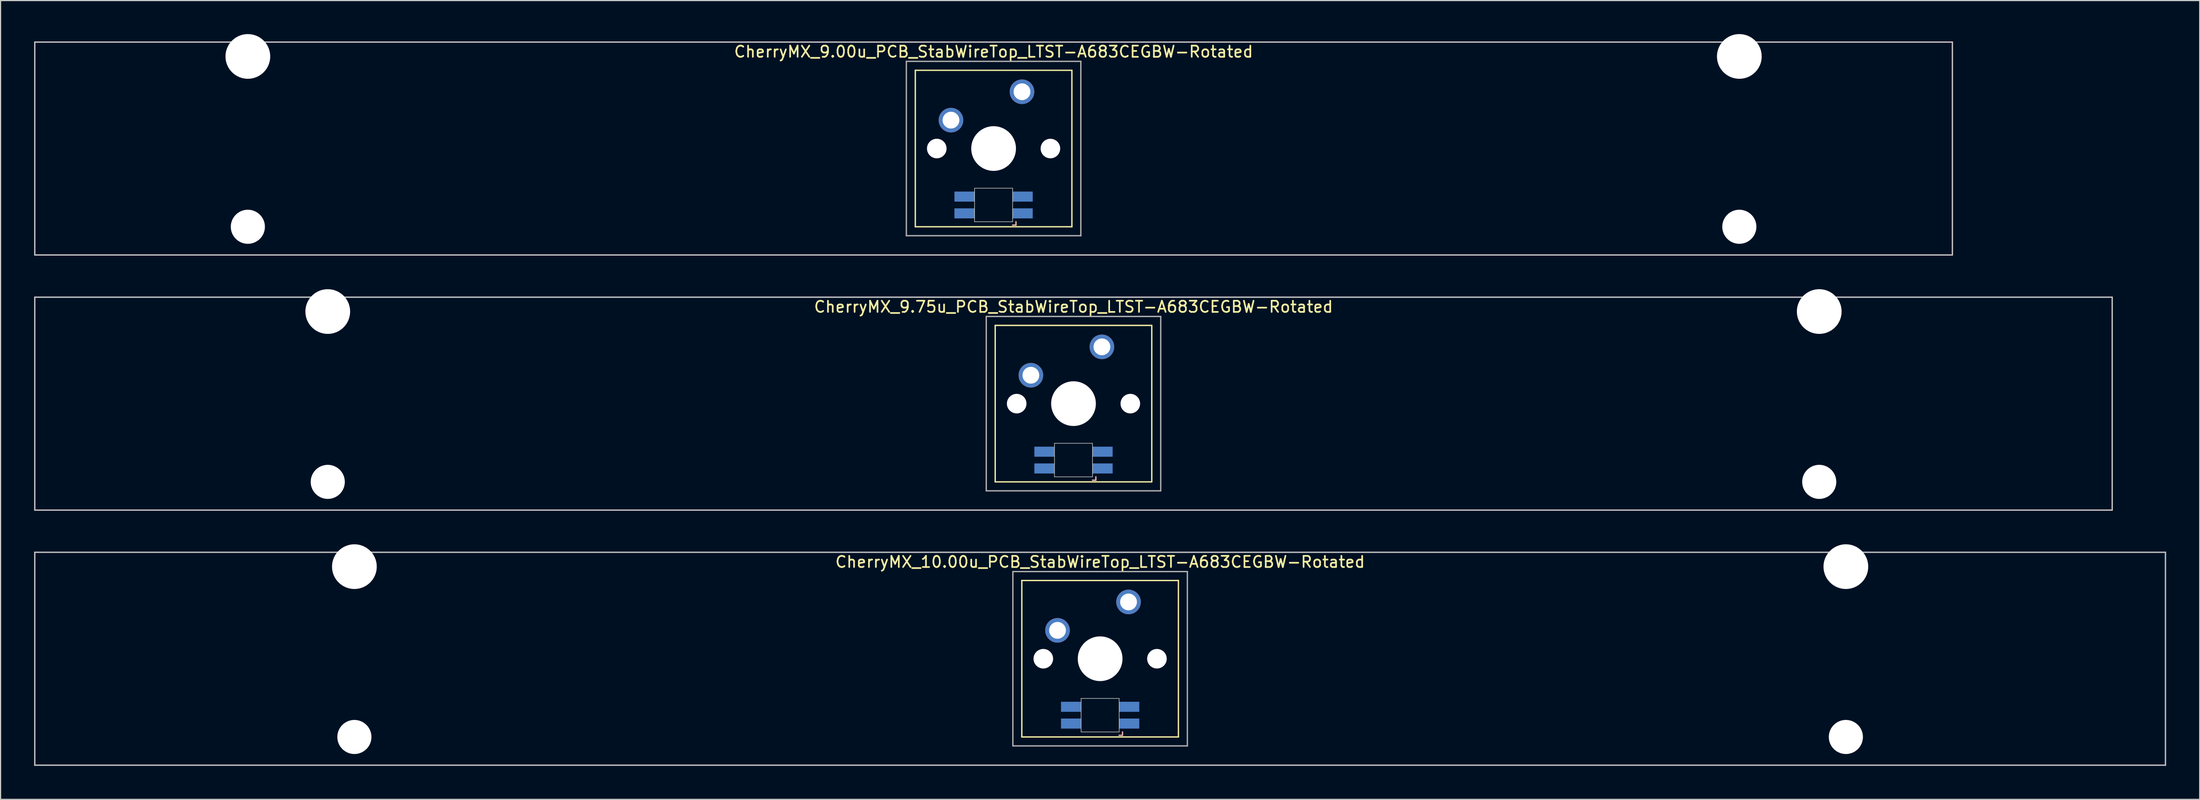
<source format=kicad_pcb>
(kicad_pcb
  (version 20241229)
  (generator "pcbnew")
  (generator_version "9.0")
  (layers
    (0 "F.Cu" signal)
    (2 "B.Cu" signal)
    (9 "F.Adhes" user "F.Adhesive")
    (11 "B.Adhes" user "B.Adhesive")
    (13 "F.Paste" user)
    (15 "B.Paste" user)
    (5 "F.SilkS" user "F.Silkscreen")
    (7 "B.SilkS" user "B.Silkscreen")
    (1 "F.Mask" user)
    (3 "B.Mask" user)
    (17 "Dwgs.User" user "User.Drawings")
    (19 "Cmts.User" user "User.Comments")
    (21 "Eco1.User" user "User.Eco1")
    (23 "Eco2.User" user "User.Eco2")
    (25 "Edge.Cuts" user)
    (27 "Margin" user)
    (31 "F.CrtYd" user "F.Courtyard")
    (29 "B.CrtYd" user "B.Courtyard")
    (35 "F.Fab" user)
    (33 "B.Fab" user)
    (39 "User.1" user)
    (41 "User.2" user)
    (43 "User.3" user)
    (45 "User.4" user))
  (footprint "CherryMX_9.75u_PCB_StabWireTop_LTST-A683CEGBW-Rotated"
    (layer "F.Cu")
    (at 92.929 33.065)
    (property "Reference" "CherryMX_9.75u_PCB_StabWireTop_LTST-A683CEGBW-Rotated" (at 0 -8.662 0) (layer "F.SilkS") (effects (font (size 1 1) (thickness 0.15))))
    (attr through_hole)
    (fp_line (start -7 -7) (end -7 7) (stroke (width 0.12) (type solid)) (layer "F.SilkS"))
    (fp_line (start -7 -7) (end 7 -7) (stroke (width 0.12) (type solid)) (layer "F.SilkS"))
    (fp_line (start 7 -7) (end 7 7) (stroke (width 0.12) (type solid)) (layer "F.SilkS"))
    (fp_line (start 7 7) (end -7 7) (stroke (width 0.12) (type solid)) (layer "F.SilkS"))
    (fp_line (start 1.7 6.85) (end 2 6.85) (stroke (width 0.12) (type solid)) (layer "B.SilkS"))
    (fp_line (start 2 6.85) (end 2 6.55) (stroke (width 0.12) (type solid)) (layer "B.SilkS"))
    (fp_line (start -92.869 -9.525) (end 92.869 -9.525) (stroke (width 0.12) (type solid)) (layer "Dwgs.User"))
    (fp_line (start -92.869 9.525) (end -92.869 -9.525) (stroke (width 0.12) (type solid)) (layer "Dwgs.User"))
    (fp_line (start 92.869 -9.525) (end 92.869 9.525) (stroke (width 0.12) (type solid)) (layer "Dwgs.User"))
    (fp_line (start 92.869 9.525) (end -92.869 9.525) (stroke (width 0.12) (type solid)) (layer "Dwgs.User"))
    (fp_line (start -1.7 3.55) (end 1.7 3.55) (stroke (width 0.05) (type solid)) (layer "Edge.Cuts"))
    (fp_line (start -1.7 6.55) (end -1.7 3.55) (stroke (width 0.05) (type solid)) (layer "Edge.Cuts"))
    (fp_line (start 1.7 3.55) (end 1.7 6.55) (stroke (width 0.05) (type solid)) (layer "Edge.Cuts"))
    (fp_line (start 1.7 6.55) (end -1.7 6.55) (stroke (width 0.05) (type solid)) (layer "Edge.Cuts"))
    (fp_line (start -7.8 -7.8) (end -7.8 7.8) (stroke (width 0.12) (type solid)) (layer "F.Fab"))
    (fp_line (start -7.8 -7.8) (end 7.8 -7.8) (stroke (width 0.12) (type solid)) (layer "F.Fab"))
    (fp_line (start -7.8 7.8) (end 7.8 7.8) (stroke (width 0.12) (type solid)) (layer "F.Fab"))
    (fp_line (start 7.8 -7.8) (end 7.8 7.8) (stroke (width 0.12) (type solid)) (layer "F.Fab"))
    (pad "" np_thru_hole circle (at -66.675 -8.24) (size 4 4) (drill 4) (layers "*.Cu" "*.Mask"))
    (pad "" np_thru_hole circle (at -66.675 7) (size 3.05 3.05) (drill 3.05) (layers "*.Cu" "*.Mask"))
    (pad "" np_thru_hole circle (at -5.08 0) (size 1.75 1.75) (drill 1.75) (layers "*.Cu" "*.Mask"))
    (pad "" np_thru_hole circle (at 0 0) (size 4 4) (drill 4) (layers "*.Cu" "*.Mask"))
    (pad "" np_thru_hole circle (at 5.08 0) (size 1.75 1.75) (drill 1.75) (layers "*.Cu" "*.Mask"))
    (pad "" np_thru_hole circle (at 66.675 -8.24) (size 4 4) (drill 4) (layers "*.Cu" "*.Mask"))
    (pad "" np_thru_hole circle (at 66.675 7) (size 3.05 3.05) (drill 3.05) (layers "*.Cu" "*.Mask"))
    (pad "1" thru_hole circle (at -3.81 -2.54) (size 2.2 2.2) (drill 1.5) (layers "*.Cu" "*.Mask"))
    (pad "2" thru_hole circle (at 2.54 -5.08) (size 2.2 2.2) (drill 1.5) (layers "*.Cu" "*.Mask"))
    (pad "3" smd rect (at 2.6 5.8) (size 1.8 0.9) (layers "B.Cu" "B.Mask" "B.Paste"))
    (pad "4" smd rect (at 2.6 4.3) (size 1.8 0.9) (layers "B.Cu" "B.Mask" "B.Paste"))
    (pad "5" smd rect (at -2.6 5.8) (size 1.8 0.9) (layers "B.Cu" "B.Mask" "B.Paste"))
    (pad "6" smd rect (at -2.6 4.3) (size 1.8 0.9) (layers "B.Cu" "B.Mask" "B.Paste")))
  (footprint "CherryMX_9.00u_PCB_StabWireTop_LTST-A683CEGBW-Rotated"
    (layer "F.Cu")
    (at 85.785 10.24)
    (property "Reference" "CherryMX_9.00u_PCB_StabWireTop_LTST-A683CEGBW-Rotated" (at 0 -8.662 0) (layer "F.SilkS") (effects (font (size 1 1) (thickness 0.15))))
    (attr through_hole)
    (fp_line (start -7 -7) (end -7 7) (stroke (width 0.12) (type solid)) (layer "F.SilkS"))
    (fp_line (start -7 -7) (end 7 -7) (stroke (width 0.12) (type solid)) (layer "F.SilkS"))
    (fp_line (start 7 -7) (end 7 7) (stroke (width 0.12) (type solid)) (layer "F.SilkS"))
    (fp_line (start 7 7) (end -7 7) (stroke (width 0.12) (type solid)) (layer "F.SilkS"))
    (fp_line (start 1.7 6.85) (end 2 6.85) (stroke (width 0.12) (type solid)) (layer "B.SilkS"))
    (fp_line (start 2 6.85) (end 2 6.55) (stroke (width 0.12) (type solid)) (layer "B.SilkS"))
    (fp_line (start -85.725 -9.525) (end 85.725 -9.525) (stroke (width 0.12) (type solid)) (layer "Dwgs.User"))
    (fp_line (start -85.725 9.525) (end -85.725 -9.525) (stroke (width 0.12) (type solid)) (layer "Dwgs.User"))
    (fp_line (start 85.725 -9.525) (end 85.725 9.525) (stroke (width 0.12) (type solid)) (layer "Dwgs.User"))
    (fp_line (start 85.725 9.525) (end -85.725 9.525) (stroke (width 0.12) (type solid)) (layer "Dwgs.User"))
    (fp_line (start -1.7 3.55) (end 1.7 3.55) (stroke (width 0.05) (type solid)) (layer "Edge.Cuts"))
    (fp_line (start -1.7 6.55) (end -1.7 3.55) (stroke (width 0.05) (type solid)) (layer "Edge.Cuts"))
    (fp_line (start 1.7 3.55) (end 1.7 6.55) (stroke (width 0.05) (type solid)) (layer "Edge.Cuts"))
    (fp_line (start 1.7 6.55) (end -1.7 6.55) (stroke (width 0.05) (type solid)) (layer "Edge.Cuts"))
    (fp_line (start -7.8 -7.8) (end -7.8 7.8) (stroke (width 0.12) (type solid)) (layer "F.Fab"))
    (fp_line (start -7.8 -7.8) (end 7.8 -7.8) (stroke (width 0.12) (type solid)) (layer "F.Fab"))
    (fp_line (start -7.8 7.8) (end 7.8 7.8) (stroke (width 0.12) (type solid)) (layer "F.Fab"))
    (fp_line (start 7.8 -7.8) (end 7.8 7.8) (stroke (width 0.12) (type solid)) (layer "F.Fab"))
    (pad "" np_thru_hole circle (at -66.675 -8.24) (size 4 4) (drill 4) (layers "*.Cu" "*.Mask"))
    (pad "" np_thru_hole circle (at -66.675 7) (size 3.05 3.05) (drill 3.05) (layers "*.Cu" "*.Mask"))
    (pad "" np_thru_hole circle (at -5.08 0) (size 1.75 1.75) (drill 1.75) (layers "*.Cu" "*.Mask"))
    (pad "" np_thru_hole circle (at 0 0) (size 4 4) (drill 4) (layers "*.Cu" "*.Mask"))
    (pad "" np_thru_hole circle (at 5.08 0) (size 1.75 1.75) (drill 1.75) (layers "*.Cu" "*.Mask"))
    (pad "" np_thru_hole circle (at 66.675 -8.24) (size 4 4) (drill 4) (layers "*.Cu" "*.Mask"))
    (pad "" np_thru_hole circle (at 66.675 7) (size 3.05 3.05) (drill 3.05) (layers "*.Cu" "*.Mask"))
    (pad "1" thru_hole circle (at -3.81 -2.54) (size 2.2 2.2) (drill 1.5) (layers "*.Cu" "*.Mask"))
    (pad "2" thru_hole circle (at 2.54 -5.08) (size 2.2 2.2) (drill 1.5) (layers "*.Cu" "*.Mask"))
    (pad "3" smd rect (at 2.6 5.8) (size 1.8 0.9) (layers "B.Cu" "B.Mask" "B.Paste"))
    (pad "4" smd rect (at 2.6 4.3) (size 1.8 0.9) (layers "B.Cu" "B.Mask" "B.Paste"))
    (pad "5" smd rect (at -2.6 5.8) (size 1.8 0.9) (layers "B.Cu" "B.Mask" "B.Paste"))
    (pad "6" smd rect (at -2.6 4.3) (size 1.8 0.9) (layers "B.Cu" "B.Mask" "B.Paste")))
  (footprint "CherryMX_10.00u_PCB_StabWireTop_LTST-A683CEGBW-Rotated"
    (layer "F.Cu")
    (at 95.31 55.89)
    (property "Reference" "CherryMX_10.00u_PCB_StabWireTop_LTST-A683CEGBW-Rotated" (at 0 -8.662 0) (layer "F.SilkS") (effects (font (size 1 1) (thickness 0.15))))
    (attr through_hole)
    (fp_line (start -7 -7) (end -7 7) (stroke (width 0.12) (type solid)) (layer "F.SilkS"))
    (fp_line (start -7 -7) (end 7 -7) (stroke (width 0.12) (type solid)) (layer "F.SilkS"))
    (fp_line (start 7 -7) (end 7 7) (stroke (width 0.12) (type solid)) (layer "F.SilkS"))
    (fp_line (start 7 7) (end -7 7) (stroke (width 0.12) (type solid)) (layer "F.SilkS"))
    (fp_line (start 1.7 6.85) (end 2 6.85) (stroke (width 0.12) (type solid)) (layer "B.SilkS"))
    (fp_line (start 2 6.85) (end 2 6.55) (stroke (width 0.12) (type solid)) (layer "B.SilkS"))
    (fp_line (start -95.25 -9.525) (end 95.25 -9.525) (stroke (width 0.12) (type solid)) (layer "Dwgs.User"))
    (fp_line (start -95.25 9.525) (end -95.25 -9.525) (stroke (width 0.12) (type solid)) (layer "Dwgs.User"))
    (fp_line (start 95.25 -9.525) (end 95.25 9.525) (stroke (width 0.12) (type solid)) (layer "Dwgs.User"))
    (fp_line (start 95.25 9.525) (end -95.25 9.525) (stroke (width 0.12) (type solid)) (layer "Dwgs.User"))
    (fp_line (start -1.7 3.55) (end 1.7 3.55) (stroke (width 0.05) (type solid)) (layer "Edge.Cuts"))
    (fp_line (start -1.7 6.55) (end -1.7 3.55) (stroke (width 0.05) (type solid)) (layer "Edge.Cuts"))
    (fp_line (start 1.7 3.55) (end 1.7 6.55) (stroke (width 0.05) (type solid)) (layer "Edge.Cuts"))
    (fp_line (start 1.7 6.55) (end -1.7 6.55) (stroke (width 0.05) (type solid)) (layer "Edge.Cuts"))
    (fp_line (start -7.8 -7.8) (end -7.8 7.8) (stroke (width 0.12) (type solid)) (layer "F.Fab"))
    (fp_line (start -7.8 -7.8) (end 7.8 -7.8) (stroke (width 0.12) (type solid)) (layer "F.Fab"))
    (fp_line (start -7.8 7.8) (end 7.8 7.8) (stroke (width 0.12) (type solid)) (layer "F.Fab"))
    (fp_line (start 7.8 -7.8) (end 7.8 7.8) (stroke (width 0.12) (type solid)) (layer "F.Fab"))
    (pad "" np_thru_hole circle (at -66.675 -8.24) (size 4 4) (drill 4) (layers "*.Cu" "*.Mask"))
    (pad "" np_thru_hole circle (at -66.675 7) (size 3.05 3.05) (drill 3.05) (layers "*.Cu" "*.Mask"))
    (pad "" np_thru_hole circle (at -5.08 0) (size 1.75 1.75) (drill 1.75) (layers "*.Cu" "*.Mask"))
    (pad "" np_thru_hole circle (at 0 0) (size 4 4) (drill 4) (layers "*.Cu" "*.Mask"))
    (pad "" np_thru_hole circle (at 5.08 0) (size 1.75 1.75) (drill 1.75) (layers "*.Cu" "*.Mask"))
    (pad "" np_thru_hole circle (at 66.675 -8.24) (size 4 4) (drill 4) (layers "*.Cu" "*.Mask"))
    (pad "" np_thru_hole circle (at 66.675 7) (size 3.05 3.05) (drill 3.05) (layers "*.Cu" "*.Mask"))
    (pad "1" thru_hole circle (at -3.81 -2.54) (size 2.2 2.2) (drill 1.5) (layers "*.Cu" "*.Mask"))
    (pad "2" thru_hole circle (at 2.54 -5.08) (size 2.2 2.2) (drill 1.5) (layers "*.Cu" "*.Mask"))
    (pad "3" smd rect (at 2.6 5.8) (size 1.8 0.9) (layers "B.Cu" "B.Mask" "B.Paste"))
    (pad "4" smd rect (at 2.6 4.3) (size 1.8 0.9) (layers "B.Cu" "B.Mask" "B.Paste"))
    (pad "5" smd rect (at -2.6 5.8) (size 1.8 0.9) (layers "B.Cu" "B.Mask" "B.Paste"))
    (pad "6" smd rect (at -2.6 4.3) (size 1.8 0.9) (layers "B.Cu" "B.Mask" "B.Paste")))
  (gr_rect
    (start -3 -3)
    (end 193.62 68.475)
    (stroke (width 0.1) (type default))
    (fill no)
    (layer "Edge.Cuts")))
</source>
